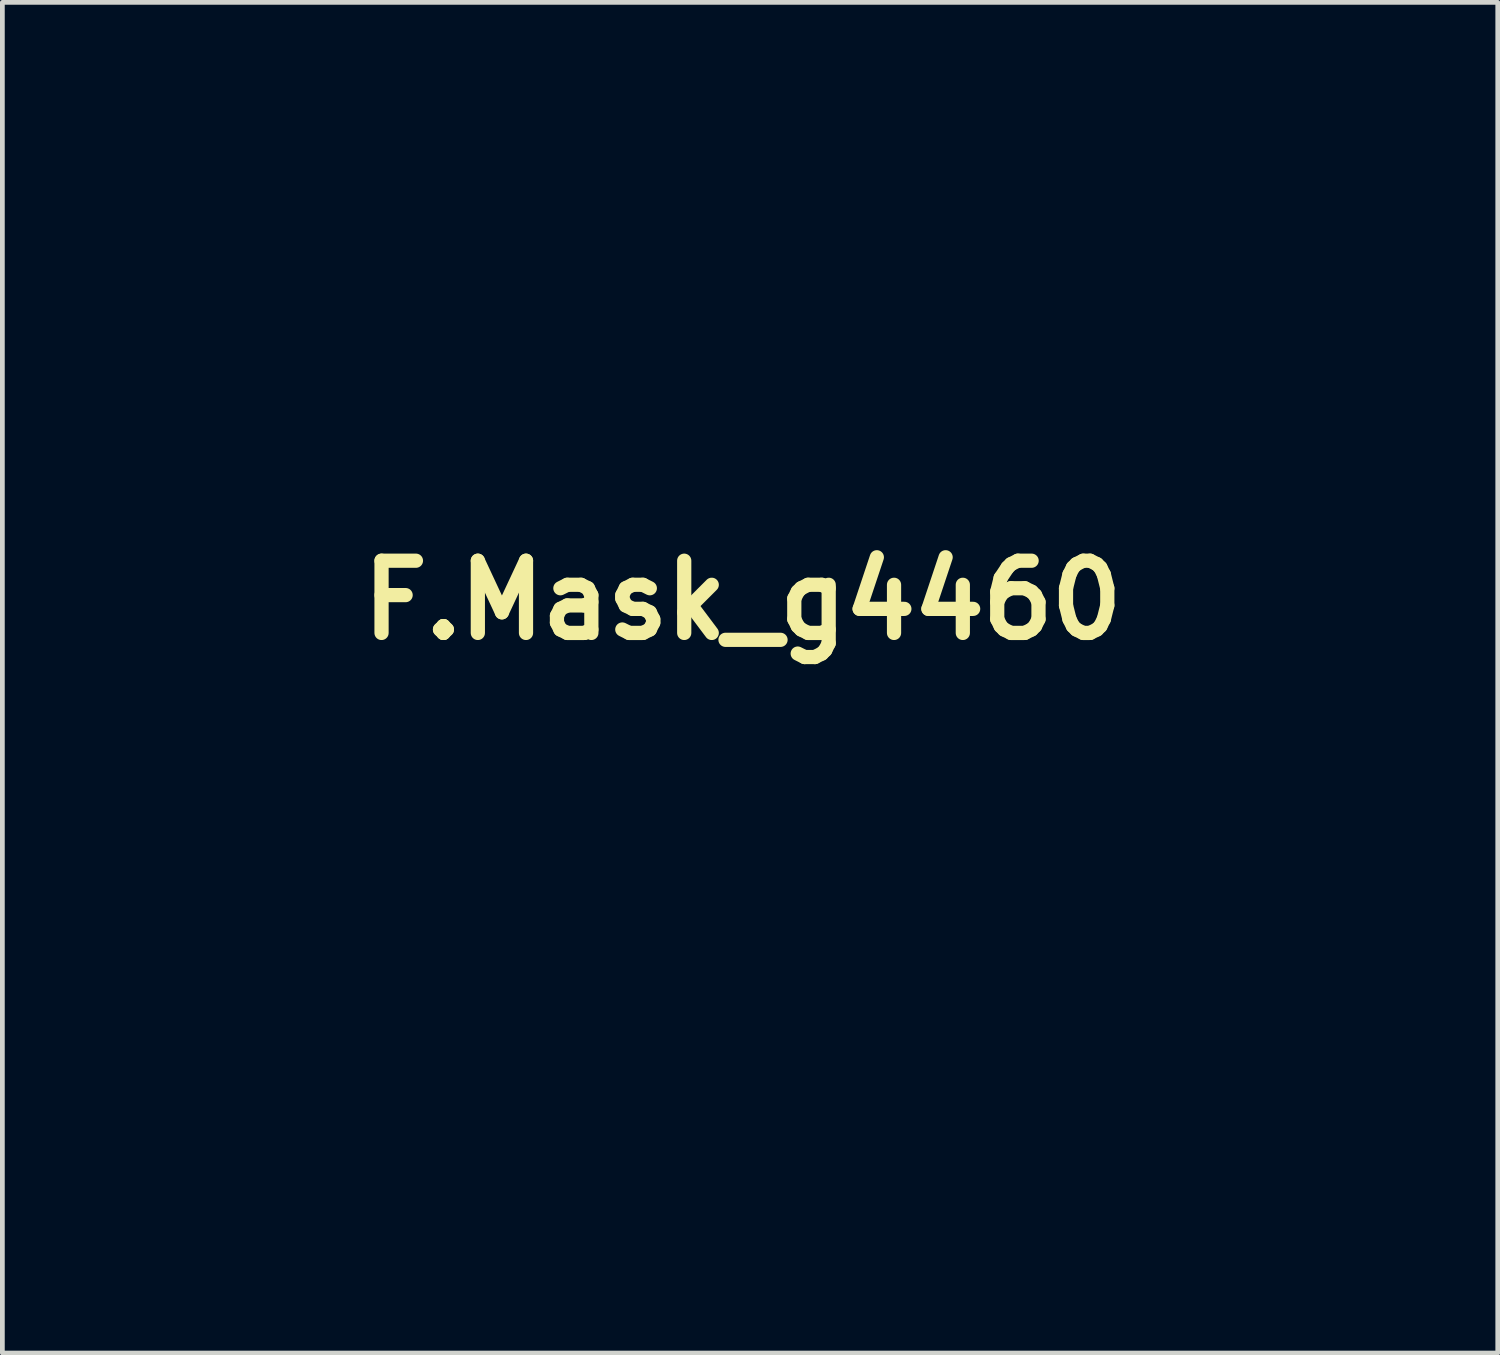
<source format=kicad_pcb>
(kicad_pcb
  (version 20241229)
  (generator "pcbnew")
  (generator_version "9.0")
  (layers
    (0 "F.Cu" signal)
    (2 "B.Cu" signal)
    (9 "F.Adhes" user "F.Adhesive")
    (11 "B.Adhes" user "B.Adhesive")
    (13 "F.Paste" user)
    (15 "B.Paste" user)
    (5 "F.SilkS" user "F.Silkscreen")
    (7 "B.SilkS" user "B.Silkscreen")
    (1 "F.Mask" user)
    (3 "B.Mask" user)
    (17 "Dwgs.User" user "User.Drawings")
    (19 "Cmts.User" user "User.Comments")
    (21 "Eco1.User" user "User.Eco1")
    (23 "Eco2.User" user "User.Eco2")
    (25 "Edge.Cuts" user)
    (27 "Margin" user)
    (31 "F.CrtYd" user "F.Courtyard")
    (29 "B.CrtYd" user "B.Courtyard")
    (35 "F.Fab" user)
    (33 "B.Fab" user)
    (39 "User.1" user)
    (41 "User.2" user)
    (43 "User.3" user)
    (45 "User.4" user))
  (footprint "F.Mask_g4460"
    (layer "F.Cu")
    (at 12.62 9.615)
    (property "Reference" "F.Mask_g4460" (at 0 0 0) (layer "F.SilkS") (effects (font (size 1.524 1.524) (thickness 0.3))))
    (attr through_hole)
    (fp_poly (pts (xy -0.09 -1.519) (xy -0.061 -1.508) (xy -0.049 -1.483) (xy -0.056 -1.441) (xy -0.082 -1.38) (xy -0.13 -1.295) (xy -0.201 -1.181) (xy -0.219 -1.155) (xy -0.313 -1.014) (xy -0.392 -0.905) (xy -0.455 -0.83) (xy -0.5 -0.79) (xy -0.518 -0.783) (xy -0.547 -0.798) (xy -0.591 -0.836) (xy -0.614 -0.861) (xy -0.655 -0.916) (xy -0.701 -0.991) (xy -0.747 -1.075) (xy -0.787 -1.158) (xy -0.815 -1.227) (xy -0.826 -1.271) (xy -0.811 -1.311) (xy -0.785 -1.342) (xy -0.736 -1.373) (xy -0.658 -1.405) (xy -0.562 -1.437) (xy -0.454 -1.466) (xy -0.345 -1.491) (xy -0.242 -1.509) (xy -0.154 -1.519) (xy -0.09 -1.519)) (stroke (width 0.01) (type solid)) (fill yes) (layer "F.Mask"))
    (fp_poly (pts (xy -6.71 -1.45) (xy -6.595 -1.438) (xy -6.442 -1.414) (xy -6.25 -1.379) (xy -6.163 -1.363) (xy -6.022 -1.333) (xy -5.919 -1.307) (xy -5.848 -1.282) (xy -5.806 -1.256) (xy -5.787 -1.227) (xy -5.787 -1.192) (xy -5.787 -1.189) (xy -5.807 -1.13) (xy -5.843 -1.048) (xy -5.89 -0.95) (xy -5.946 -0.844) (xy -6.006 -0.737) (xy -6.066 -0.635) (xy -6.121 -0.547) (xy -6.169 -0.478) (xy -6.205 -0.437) (xy -6.217 -0.429) (xy -6.242 -0.44) (xy -6.281 -0.478) (xy -6.312 -0.518) (xy -6.403 -0.649) (xy -6.491 -0.785) (xy -6.574 -0.92) (xy -6.65 -1.049) (xy -6.716 -1.169) (xy -6.768 -1.273) (xy -6.805 -1.357) (xy -6.823 -1.415) (xy -6.821 -1.442) (xy -6.786 -1.452) (xy -6.71 -1.45)) (stroke (width 0.01) (type solid)) (fill yes) (layer "F.Mask"))
    (fp_poly (pts (xy 2.445 -2.448) (xy 2.447 -2.42) (xy 2.444 -2.408) (xy 2.417 -2.34) (xy 2.373 -2.248) (xy 2.315 -2.138) (xy 2.246 -2.016) (xy 2.17 -1.887) (xy 2.09 -1.758) (xy 2.011 -1.633) (xy 1.935 -1.519) (xy 1.866 -1.421) (xy 1.808 -1.345) (xy 1.764 -1.297) (xy 1.745 -1.283) (xy 1.714 -1.293) (xy 1.672 -1.336) (xy 1.653 -1.362) (xy 1.619 -1.416) (xy 1.571 -1.497) (xy 1.515 -1.593) (xy 1.459 -1.694) (xy 1.328 -1.935) (xy 1.399 -1.996) (xy 1.453 -2.033) (xy 1.537 -2.082) (xy 1.642 -2.137) (xy 1.763 -2.196) (xy 1.891 -2.257) (xy 2.02 -2.314) (xy 2.142 -2.366) (xy 2.251 -2.409) (xy 2.339 -2.439) (xy 2.4 -2.454) (xy 2.412 -2.455) (xy 2.445 -2.448)) (stroke (width 0.01) (type solid)) (fill yes) (layer "F.Mask"))
    (fp_poly (pts (xy -3.423 -1.119) (xy -3.315 -1.117) (xy -3.232 -1.114) (xy -3.204 -1.112) (xy -3.115 -1.1) (xy -3.062 -1.085) (xy -3.048 -1.071) (xy -3.059 -1.045) (xy -3.089 -0.989) (xy -3.134 -0.909) (xy -3.191 -0.812) (xy -3.257 -0.702) (xy -3.328 -0.586) (xy -3.4 -0.469) (xy -3.469 -0.358) (xy -3.533 -0.259) (xy -3.587 -0.178) (xy -3.6 -0.159) (xy -3.673 -0.059) (xy -3.731 0.006) (xy -3.777 0.038) (xy -3.798 0.042) (xy -3.815 0.026) (xy -3.85 -0.017) (xy -3.9 -0.082) (xy -3.954 -0.153) (xy -4.056 -0.296) (xy -4.153 -0.441) (xy -4.242 -0.582) (xy -4.321 -0.714) (xy -4.385 -0.831) (xy -4.433 -0.929) (xy -4.461 -1.002) (xy -4.466 -1.034) (xy -4.449 -1.076) (xy -4.429 -1.091) (xy -4.396 -1.097) (xy -4.327 -1.102) (xy -4.23 -1.107) (xy -4.111 -1.111) (xy -3.976 -1.115) (xy -3.833 -1.117) (xy -3.689 -1.119) (xy -3.55 -1.12) (xy -3.423 -1.119)) (stroke (width 0.01) (type solid)) (fill yes) (layer "F.Mask"))
    (fp_poly (pts (xy 3.852 -5.788) (xy 3.928 -5.776) (xy 4.008 -5.761) (xy 4.14 -5.734) (xy 4.238 -5.708) (xy 4.308 -5.68) (xy 4.357 -5.646) (xy 4.391 -5.601) (xy 4.419 -5.543) (xy 4.425 -5.528) (xy 4.516 -5.323) (xy 4.625 -5.15) (xy 4.73 -5.029) (xy 4.877 -4.902) (xy 5.034 -4.81) (xy 5.207 -4.75) (xy 5.404 -4.72) (xy 5.546 -4.715) (xy 5.763 -4.734) (xy 5.968 -4.79) (xy 6.155 -4.879) (xy 6.32 -4.999) (xy 6.458 -5.147) (xy 6.558 -5.305) (xy 6.597 -5.379) (xy 6.635 -5.436) (xy 6.678 -5.478) (xy 6.732 -5.509) (xy 6.805 -5.532) (xy 6.903 -5.551) (xy 7.032 -5.567) (xy 7.128 -5.578) (xy 7.325 -5.599) (xy 7.516 -5.62) (xy 7.693 -5.64) (xy 7.85 -5.657) (xy 7.98 -5.672) (xy 8.077 -5.683) (xy 8.102 -5.686) (xy 8.166 -5.693) (xy 8.199 -5.69) (xy 8.211 -5.674) (xy 8.213 -5.642) (xy 8.201 -5.587) (xy 8.169 -5.506) (xy 8.12 -5.407) (xy 8.061 -5.297) (xy 7.993 -5.186) (xy 7.923 -5.081) (xy 7.864 -5.002) (xy 7.682 -4.797) (xy 7.481 -4.61) (xy 7.267 -4.445) (xy 7.047 -4.307) (xy 6.827 -4.2) (xy 6.612 -4.128) (xy 6.555 -4.115) (xy 6.482 -4.104) (xy 6.375 -4.095) (xy 6.244 -4.086) (xy 6.096 -4.08) (xy 5.942 -4.075) (xy 5.789 -4.072) (xy 5.647 -4.072) (xy 5.524 -4.074) (xy 5.428 -4.079) (xy 5.387 -4.083) (xy 5.19 -4.133) (xy 4.988 -4.219) (xy 4.786 -4.338) (xy 4.587 -4.486) (xy 4.397 -4.658) (xy 4.221 -4.849) (xy 4.061 -5.057) (xy 3.924 -5.276) (xy 3.813 -5.502) (xy 3.766 -5.626) (xy 3.744 -5.695) (xy 3.737 -5.737) (xy 3.745 -5.763) (xy 3.754 -5.774) (xy 3.773 -5.787) (xy 3.803 -5.791) (xy 3.852 -5.788)) (stroke (width 0.01) (type solid)) (fill yes) (layer "F.Mask"))
    (fp_poly (pts (xy 0.483 4.027) (xy 0.641 4.031) (xy 0.764 4.035) (xy 0.861 4.04) (xy 0.94 4.047) (xy 1.008 4.057) (xy 1.074 4.07) (xy 1.145 4.088) (xy 1.2 4.103) (xy 1.552 4.217) (xy 1.908 4.368) (xy 2.259 4.55) (xy 2.491 4.69) (xy 2.656 4.801) (xy 2.823 4.923) (xy 2.989 5.051) (xy 3.147 5.181) (xy 3.293 5.309) (xy 3.423 5.431) (xy 3.531 5.542) (xy 3.612 5.639) (xy 3.659 5.71) (xy 3.672 5.746) (xy 3.661 5.776) (xy 3.626 5.813) (xy 3.566 5.857) (xy 3.47 5.913) (xy 3.343 5.978) (xy 3.19 6.051) (xy 3.015 6.129) (xy 2.823 6.21) (xy 2.618 6.293) (xy 2.405 6.375) (xy 2.189 6.455) (xy 1.973 6.531) (xy 1.885 6.561) (xy 1.437 6.7) (xy 1.005 6.812) (xy 0.577 6.9) (xy 0.14 6.966) (xy -0.318 7.013) (xy -0.518 7.027) (xy -0.611 7.031) (xy -0.731 7.035) (xy -0.875 7.039) (xy -1.034 7.042) (xy -1.203 7.044) (xy -1.376 7.045) (xy -1.546 7.046) (xy -1.708 7.045) (xy -1.854 7.044) (xy -1.98 7.043) (xy -2.078 7.04) (xy -2.143 7.036) (xy -2.159 7.035) (xy -2.2 7.029) (xy -2.273 7.019) (xy -2.367 7.006) (xy -2.466 6.993) (xy -2.615 6.971) (xy -2.763 6.947) (xy -2.901 6.922) (xy -3.02 6.897) (xy -3.112 6.875) (xy -3.159 6.86) (xy -3.196 6.84) (xy -3.213 6.809) (xy -3.217 6.751) (xy -3.217 6.747) (xy -3.208 6.652) (xy -3.181 6.524) (xy -3.138 6.372) (xy -3.082 6.2) (xy -3.014 6.014) (xy -2.936 5.822) (xy -2.851 5.628) (xy -2.84 5.604) (xy -2.688 5.322) (xy -2.503 5.06) (xy -2.29 4.821) (xy -2.053 4.61) (xy -1.796 4.429) (xy -1.522 4.28) (xy -1.235 4.168) (xy -1.002 4.108) (xy -0.857 4.084) (xy -0.678 4.064) (xy -0.47 4.047) (xy -0.242 4.035) (xy 0.001 4.028) (xy 0.25 4.025) (xy 0.483 4.027)) (stroke (width 0.01) (type solid)) (fill yes) (layer "F.Mask"))
    (fp_poly (pts (xy 4.072 6.268) (xy 4.112 6.305) (xy 4.153 6.35) (xy 4.223 6.44) (xy 4.306 6.561) (xy 4.397 6.702) (xy 4.49 6.855) (xy 4.579 7.013) (xy 4.662 7.165) (xy 4.731 7.303) (xy 4.782 7.419) (xy 4.796 7.456) (xy 4.814 7.513) (xy 4.815 7.545) (xy 4.797 7.57) (xy 4.779 7.585) (xy 4.723 7.623) (xy 4.634 7.672) (xy 4.518 7.731) (xy 4.382 7.795) (xy 4.233 7.862) (xy 4.076 7.93) (xy 3.937 7.986) (xy 3.449 8.165) (xy 2.934 8.33) (xy 2.402 8.477) (xy 1.865 8.603) (xy 1.337 8.705) (xy 0.889 8.773) (xy 0.743 8.788) (xy 0.562 8.802) (xy 0.354 8.815) (xy 0.125 8.825) (xy -0.116 8.833) (xy -0.364 8.84) (xy -0.611 8.844) (xy -0.85 8.845) (xy -1.073 8.844) (xy -1.274 8.84) (xy -1.444 8.833) (xy -1.545 8.826) (xy -1.635 8.816) (xy -1.752 8.8) (xy -1.882 8.78) (xy -2.012 8.758) (xy -2.032 8.754) (xy -2.318 8.701) (xy -2.565 8.655) (xy -2.773 8.615) (xy -2.946 8.581) (xy -3.085 8.553) (xy -3.192 8.529) (xy -3.201 8.527) (xy -3.387 8.484) (xy -3.386 8.163) (xy -3.384 8.034) (xy -3.38 7.903) (xy -3.375 7.785) (xy -3.368 7.692) (xy -3.367 7.674) (xy -3.356 7.585) (xy -3.342 7.527) (xy -3.323 7.489) (xy -3.293 7.458) (xy -3.293 7.457) (xy -3.252 7.429) (xy -3.202 7.414) (xy -3.135 7.41) (xy -3.044 7.417) (xy -2.921 7.436) (xy -2.9 7.439) (xy -2.742 7.462) (xy -2.549 7.482) (xy -2.32 7.499) (xy -2.054 7.513) (xy -1.749 7.525) (xy -1.482 7.532) (xy -1.161 7.538) (xy -0.876 7.54) (xy -0.621 7.537) (xy -0.388 7.529) (xy -0.172 7.515) (xy 0.034 7.495) (xy 0.237 7.469) (xy 0.442 7.435) (xy 0.657 7.393) (xy 0.84 7.354) (xy 1.423 7.213) (xy 1.974 7.054) (xy 2.5 6.875) (xy 3.01 6.673) (xy 3.246 6.569) (xy 3.393 6.504) (xy 3.538 6.441) (xy 3.675 6.383) (xy 3.798 6.333) (xy 3.899 6.293) (xy 3.973 6.267) (xy 4.005 6.257) (xy 4.04 6.254) (xy 4.072 6.268)) (stroke (width 0.01) (type solid)) (fill yes) (layer "F.Mask"))
    (fp_poly (pts (xy 5.865 10.282) (xy 5.902 10.31) (xy 5.94 10.371) (xy 5.973 10.466) (xy 6.001 10.587) (xy 6.021 10.725) (xy 6.026 10.796) (xy 6.032 10.888) (xy 6.031 10.953) (xy 6.021 11.006) (xy 6.001 11.06) (xy 5.971 11.122) (xy 5.884 11.257) (xy 5.756 11.392) (xy 5.591 11.526) (xy 5.389 11.657) (xy 5.155 11.786) (xy 4.889 11.911) (xy 4.594 12.031) (xy 4.272 12.147) (xy 3.925 12.257) (xy 3.557 12.36) (xy 3.167 12.456) (xy 2.76 12.545) (xy 2.338 12.624) (xy 1.901 12.694) (xy 1.454 12.754) (xy 0.997 12.803) (xy 0.868 12.815) (xy 0.637 12.833) (xy 0.392 12.848) (xy 0.143 12.86) (xy -0.105 12.869) (xy -0.343 12.875) (xy -0.563 12.877) (xy -0.757 12.875) (xy -0.919 12.869) (xy -0.942 12.868) (xy -1.075 12.856) (xy -1.236 12.837) (xy -1.417 12.811) (xy -1.612 12.78) (xy -1.814 12.746) (xy -2.015 12.709) (xy -2.21 12.67) (xy -2.391 12.632) (xy -2.551 12.595) (xy -2.684 12.56) (xy -2.782 12.529) (xy -2.789 12.527) (xy -2.873 12.491) (xy -2.943 12.45) (xy -3.001 12.398) (xy -3.05 12.331) (xy -3.091 12.246) (xy -3.127 12.136) (xy -3.16 11.999) (xy -3.191 11.829) (xy -3.223 11.622) (xy -3.229 11.578) (xy -3.253 11.394) (xy -3.269 11.246) (xy -3.275 11.131) (xy -3.272 11.044) (xy -3.259 10.981) (xy -3.236 10.937) (xy -3.217 10.918) (xy -3.171 10.893) (xy -3.134 10.891) (xy -3.05 10.92) (xy -2.933 10.956) (xy -2.793 10.995) (xy -2.64 11.036) (xy -2.483 11.075) (xy -2.331 11.111) (xy -2.273 11.123) (xy -1.709 11.235) (xy -1.171 11.321) (xy -0.653 11.382) (xy -0.147 11.417) (xy 0.354 11.428) (xy 0.856 11.414) (xy 1.366 11.377) (xy 1.587 11.354) (xy 1.908 11.312) (xy 2.256 11.257) (xy 2.621 11.191) (xy 2.99 11.116) (xy 3.353 11.034) (xy 3.698 10.948) (xy 3.806 10.919) (xy 4.011 10.862) (xy 4.188 10.809) (xy 4.351 10.758) (xy 4.511 10.702) (xy 4.681 10.639) (xy 4.874 10.565) (xy 4.939 10.539) (xy 5.174 10.448) (xy 5.375 10.375) (xy 5.541 10.32) (xy 5.672 10.284) (xy 5.766 10.267) (xy 5.793 10.266) (xy 5.865 10.282)) (stroke (width 0.01) (type solid)) (fill yes) (layer "F.Mask"))
    (fp_poly (pts (xy 5.126 8.084) (xy 5.152 8.136) (xy 5.189 8.218) (xy 5.235 8.322) (xy 5.288 8.444) (xy 5.345 8.579) (xy 5.404 8.72) (xy 5.464 8.863) (xy 5.521 9.003) (xy 5.574 9.133) (xy 5.62 9.249) (xy 5.657 9.345) (xy 5.682 9.415) (xy 5.709 9.508) (xy 5.717 9.569) (xy 5.711 9.596) (xy 5.675 9.631) (xy 5.601 9.676) (xy 5.494 9.729) (xy 5.357 9.789) (xy 5.193 9.855) (xy 5.006 9.924) (xy 4.799 9.996) (xy 4.699 10.029) (xy 3.972 10.25) (xy 3.258 10.435) (xy 2.55 10.584) (xy 1.843 10.7) (xy 1.323 10.764) (xy 1.168 10.777) (xy 0.984 10.788) (xy 0.778 10.797) (xy 0.558 10.803) (xy 0.333 10.806) (xy 0.111 10.807) (xy -0.099 10.805) (xy -0.289 10.8) (xy -0.451 10.792) (xy -0.54 10.786) (xy -0.901 10.746) (xy -1.245 10.7) (xy -1.559 10.647) (xy -1.577 10.644) (xy -1.752 10.609) (xy -1.946 10.565) (xy -2.15 10.515) (xy -2.358 10.461) (xy -2.563 10.405) (xy -2.756 10.348) (xy -2.931 10.293) (xy -3.08 10.242) (xy -3.196 10.197) (xy -3.21 10.191) (xy -3.276 10.159) (xy -3.314 10.127) (xy -3.335 10.085) (xy -3.342 10.061) (xy -3.353 10.003) (xy -3.364 9.913) (xy -3.374 9.8) (xy -3.383 9.674) (xy -3.39 9.543) (xy -3.395 9.415) (xy -3.398 9.301) (xy -3.398 9.208) (xy -3.394 9.145) (xy -3.393 9.133) (xy -3.377 9.079) (xy -3.354 9.053) (xy -3.309 9.043) (xy -3.294 9.042) (xy -3.24 9.044) (xy -3.157 9.055) (xy -3.059 9.073) (xy -2.988 9.089) (xy -2.73 9.144) (xy -2.444 9.192) (xy -2.143 9.232) (xy -1.937 9.254) (xy -1.823 9.262) (xy -1.674 9.269) (xy -1.494 9.274) (xy -1.289 9.278) (xy -1.065 9.281) (xy -0.828 9.282) (xy -0.584 9.282) (xy -0.337 9.281) (xy -0.095 9.279) (xy 0.138 9.276) (xy 0.356 9.271) (xy 0.553 9.265) (xy 0.724 9.259) (xy 0.862 9.251) (xy 0.942 9.244) (xy 1.223 9.211) (xy 1.5 9.17) (xy 1.777 9.121) (xy 2.06 9.062) (xy 2.351 8.992) (xy 2.656 8.91) (xy 2.977 8.815) (xy 3.32 8.706) (xy 3.688 8.581) (xy 4.086 8.439) (xy 4.518 8.28) (xy 4.521 8.279) (xy 4.669 8.224) (xy 4.803 8.175) (xy 4.92 8.132) (xy 5.014 8.098) (xy 5.08 8.075) (xy 5.112 8.065) (xy 5.114 8.065) (xy 5.126 8.084)) (stroke (width 0.01) (type solid)) (fill yes) (layer "F.Mask"))
    (fp_poly (pts (xy 1.671 -8.729) (xy 1.805 -8.724) (xy 1.916 -8.713) (xy 2.012 -8.695) (xy 2.101 -8.668) (xy 2.194 -8.631) (xy 2.26 -8.601) (xy 2.371 -8.542) (xy 2.489 -8.467) (xy 2.609 -8.381) (xy 2.726 -8.29) (xy 2.834 -8.196) (xy 2.927 -8.106) (xy 3.001 -8.024) (xy 3.05 -7.954) (xy 3.069 -7.901) (xy 3.069 -7.899) (xy 3.062 -7.832) (xy 3.042 -7.736) (xy 3.009 -7.606) (xy 2.961 -7.442) (xy 2.913 -7.285) (xy 2.876 -7.166) (xy 2.842 -7.049) (xy 2.815 -6.946) (xy 2.797 -6.868) (xy 2.793 -6.851) (xy 2.775 -6.752) (xy 2.762 -6.687) (xy 2.751 -6.649) (xy 2.739 -6.631) (xy 2.723 -6.626) (xy 2.707 -6.625) (xy 2.671 -6.639) (xy 2.616 -6.675) (xy 2.551 -6.727) (xy 2.533 -6.743) (xy 2.358 -6.876) (xy 2.169 -6.971) (xy 1.964 -7.028) (xy 1.739 -7.048) (xy 1.725 -7.048) (xy 1.515 -7.034) (xy 1.33 -6.99) (xy 1.162 -6.912) (xy 1.003 -6.797) (xy 0.919 -6.719) (xy 0.782 -6.559) (xy 0.676 -6.38) (xy 0.601 -6.19) (xy 0.561 -5.995) (xy 0.556 -5.802) (xy 0.589 -5.617) (xy 0.592 -5.605) (xy 0.667 -5.429) (xy 0.778 -5.261) (xy 0.919 -5.108) (xy 1.083 -4.977) (xy 1.226 -4.894) (xy 1.301 -4.858) (xy 1.361 -4.835) (xy 1.422 -4.821) (xy 1.496 -4.813) (xy 1.598 -4.809) (xy 1.61 -4.808) (xy 1.805 -4.809) (xy 1.969 -4.83) (xy 2.113 -4.874) (xy 2.244 -4.944) (xy 2.374 -5.043) (xy 2.466 -5.131) (xy 2.572 -5.246) (xy 2.654 -5.353) (xy 2.72 -5.467) (xy 2.778 -5.601) (xy 2.816 -5.707) (xy 2.858 -5.823) (xy 2.897 -5.904) (xy 2.94 -5.952) (xy 2.993 -5.974) (xy 3.062 -5.974) (xy 3.156 -5.956) (xy 3.165 -5.954) (xy 3.283 -5.918) (xy 3.359 -5.872) (xy 3.395 -5.816) (xy 3.395 -5.763) (xy 3.375 -5.707) (xy 3.339 -5.624) (xy 3.29 -5.522) (xy 3.234 -5.412) (xy 3.174 -5.303) (xy 3.117 -5.203) (xy 3.073 -5.133) (xy 2.986 -5.015) (xy 2.874 -4.884) (xy 2.75 -4.752) (xy 2.622 -4.631) (xy 2.504 -4.531) (xy 2.498 -4.527) (xy 2.388 -4.452) (xy 2.256 -4.374) (xy 2.118 -4.302) (xy 1.984 -4.243) (xy 1.87 -4.202) (xy 1.863 -4.199) (xy 1.782 -4.184) (xy 1.67 -4.171) (xy 1.536 -4.162) (xy 1.389 -4.157) (xy 1.24 -4.155) (xy 1.097 -4.157) (xy 0.971 -4.163) (xy 0.869 -4.173) (xy 0.816 -4.183) (xy 0.682 -4.23) (xy 0.547 -4.298) (xy 0.407 -4.391) (xy 0.255 -4.512) (xy 0.087 -4.666) (xy 0.077 -4.676) (xy -0.104 -4.86) (xy -0.252 -5.033) (xy -0.369 -5.202) (xy -0.461 -5.376) (xy -0.531 -5.563) (xy -0.582 -5.771) (xy -0.618 -6.007) (xy -0.636 -6.177) (xy -0.644 -6.343) (xy -0.645 -6.518) (xy -0.636 -6.694) (xy -0.621 -6.859) (xy -0.599 -7.003) (xy -0.57 -7.115) (xy -0.57 -7.117) (xy -0.525 -7.234) (xy -0.461 -7.373) (xy -0.386 -7.522) (xy -0.305 -7.671) (xy -0.224 -7.806) (xy -0.197 -7.848) (xy -0.019 -8.085) (xy 0.176 -8.284) (xy 0.39 -8.446) (xy 0.625 -8.573) (xy 0.882 -8.666) (xy 0.945 -8.683) (xy 1.024 -8.701) (xy 1.101 -8.714) (xy 1.184 -8.722) (xy 1.284 -8.727) (xy 1.41 -8.73) (xy 1.503 -8.73) (xy 1.671 -8.729)) (stroke (width 0.01) (type solid)) (fill yes) (layer "F.Mask"))
    (fp_poly (pts (xy 4.182 -3.074) (xy 4.16 -2.653) (xy 4.125 -2.254) (xy 4.08 -1.881) (xy 4.024 -1.54) (xy 3.958 -1.234) (xy 3.937 -1.151) (xy 3.842 -0.834) (xy 3.732 -0.551) (xy 3.603 -0.291) (xy 3.449 -0.047) (xy 3.266 0.191) (xy 3.059 0.42) (xy 2.814 0.658) (xy 2.566 0.867) (xy 2.311 1.049) (xy 2.042 1.205) (xy 1.756 1.34) (xy 1.447 1.454) (xy 1.111 1.551) (xy 0.742 1.633) (xy 0.459 1.683) (xy 0.193 1.72) (xy -0.093 1.75) (xy -0.387 1.772) (xy -0.68 1.786) (xy -0.961 1.791) (xy -1.219 1.786) (xy -1.386 1.777) (xy -1.768 1.735) (xy -2.157 1.669) (xy -2.558 1.576) (xy -2.974 1.456) (xy -3.409 1.308) (xy -3.866 1.131) (xy -4.2 0.99) (xy -4.341 0.928) (xy -4.464 0.872) (xy -4.573 0.819) (xy -4.673 0.767) (xy -4.769 0.711) (xy -4.863 0.65) (xy -4.962 0.579) (xy -5.07 0.496) (xy -5.191 0.398) (xy -5.33 0.281) (xy -5.491 0.143) (xy -5.678 -0.019) (xy -5.703 -0.041) (xy -5.775 -0.105) (xy -5.834 -0.159) (xy -5.872 -0.198) (xy -5.884 -0.214) (xy -5.873 -0.238) (xy -5.843 -0.286) (xy -5.8 -0.35) (xy -5.79 -0.364) (xy -5.746 -0.427) (xy -5.684 -0.516) (xy -5.611 -0.621) (xy -5.533 -0.734) (xy -5.482 -0.809) (xy -5.392 -0.937) (xy -5.319 -1.034) (xy -5.258 -1.104) (xy -5.203 -1.154) (xy -5.148 -1.187) (xy -5.088 -1.209) (xy -5.024 -1.223) (xy -4.923 -1.236) (xy -4.847 -1.232) (xy -4.788 -1.206) (xy -4.738 -1.151) (xy -4.688 -1.064) (xy -4.656 -0.995) (xy -4.573 -0.823) (xy -4.475 -0.639) (xy -4.367 -0.453) (xy -4.254 -0.272) (xy -4.141 -0.105) (xy -4.034 0.04) (xy -3.938 0.155) (xy -3.934 0.159) (xy -3.835 0.253) (xy -3.738 0.326) (xy -3.648 0.373) (xy -3.571 0.392) (xy -3.523 0.385) (xy -3.475 0.348) (xy -3.409 0.275) (xy -3.329 0.17) (xy -3.236 0.035) (xy -3.133 -0.128) (xy -3.019 -0.315) (xy -2.899 -0.525) (xy -2.773 -0.751) (xy -2.715 -0.858) (xy -2.662 -0.952) (xy -2.618 -1.028) (xy -2.588 -1.078) (xy -2.576 -1.095) (xy -2.549 -1.105) (xy -2.486 -1.121) (xy -2.393 -1.14) (xy -2.276 -1.163) (xy -2.141 -1.187) (xy -2.027 -1.207) (xy -1.872 -1.233) (xy -1.722 -1.259) (xy -1.584 -1.284) (xy -1.466 -1.307) (xy -1.377 -1.326) (xy -1.341 -1.334) (xy -1.259 -1.354) (xy -1.191 -1.369) (xy -1.148 -1.376) (xy -1.144 -1.376) (xy -1.117 -1.357) (xy -1.074 -1.302) (xy -1.019 -1.214) (xy -0.987 -1.158) (xy -0.822 -0.889) (xy -0.645 -0.655) (xy -0.543 -0.54) (xy -0.468 -0.468) (xy -0.406 -0.428) (xy -0.349 -0.423) (xy -0.289 -0.451) (xy -0.218 -0.514) (xy -0.177 -0.557) (xy -0.138 -0.6) (xy -0.103 -0.639) (xy -0.07 -0.679) (xy -0.035 -0.725) (xy 0.006 -0.783) (xy 0.056 -0.856) (xy 0.119 -0.95) (xy 0.197 -1.069) (xy 0.295 -1.219) (xy 0.303 -1.23) (xy 0.379 -1.343) (xy 0.457 -1.455) (xy 0.531 -1.554) (xy 0.594 -1.633) (xy 0.623 -1.667) (xy 0.674 -1.717) (xy 0.741 -1.776) (xy 0.816 -1.839) (xy 0.893 -1.898) (xy 0.964 -1.95) (xy 1.021 -1.988) (xy 1.058 -2.008) (xy 1.068 -2.008) (xy 1.08 -1.986) (xy 1.105 -1.939) (xy 1.122 -1.905) (xy 1.172 -1.813) (xy 1.242 -1.699) (xy 1.325 -1.572) (xy 1.413 -1.444) (xy 1.501 -1.324) (xy 1.527 -1.289) (xy 1.629 -1.174) (xy 1.731 -1.087) (xy 1.83 -1.034) (xy 1.915 -1.016) (xy 1.978 -1.024) (xy 2.041 -1.05) (xy 2.106 -1.096) (xy 2.176 -1.164) (xy 2.252 -1.258) (xy 2.336 -1.379) (xy 2.43 -1.53) (xy 2.536 -1.714) (xy 2.656 -1.933) (xy 2.732 -2.074) (xy 2.833 -2.264) (xy 2.918 -2.42) (xy 2.989 -2.548) (xy 3.05 -2.651) (xy 3.104 -2.735) (xy 3.152 -2.804) (xy 3.189 -2.852) (xy 3.25 -2.913) (xy 3.342 -2.987) (xy 3.456 -3.069) (xy 3.583 -3.153) (xy 3.717 -3.234) (xy 3.848 -3.308) (xy 3.969 -3.369) (xy 4.072 -3.411) (xy 4.1 -3.421) (xy 4.197 -3.45) (xy 4.182 -3.074)) (stroke (width 0.01) (type solid)) (fill yes) (layer "F.Mask"))
    (fp_poly (pts (xy 6.335 -9.606) (xy 6.525 -9.596) (xy 6.693 -9.576) (xy 6.848 -9.547) (xy 6.999 -9.507) (xy 7.05 -9.491) (xy 7.357 -9.372) (xy 7.662 -9.214) (xy 7.962 -9.02) (xy 8.253 -8.793) (xy 8.532 -8.536) (xy 8.794 -8.253) (xy 9.037 -7.946) (xy 9.257 -7.619) (xy 9.286 -7.571) (xy 9.386 -7.4) (xy 9.479 -7.231) (xy 9.568 -7.057) (xy 9.655 -6.873) (xy 9.743 -6.673) (xy 9.836 -6.449) (xy 9.936 -6.196) (xy 10.023 -5.969) (xy 10.08 -5.818) (xy 10.136 -5.67) (xy 10.189 -5.533) (xy 10.234 -5.414) (xy 10.27 -5.322) (xy 10.288 -5.276) (xy 10.357 -5.101) (xy 10.7 -5.101) (xy 10.861 -5.099) (xy 10.985 -5.093) (xy 11.075 -5.083) (xy 11.136 -5.066) (xy 11.172 -5.044) (xy 11.185 -5.024) (xy 11.186 -4.987) (xy 11.166 -4.936) (xy 11.122 -4.867) (xy 11.052 -4.779) (xy 10.955 -4.668) (xy 10.829 -4.532) (xy 10.74 -4.437) (xy 10.663 -4.352) (xy 10.601 -4.282) (xy 10.559 -4.232) (xy 10.541 -4.206) (xy 10.541 -4.204) (xy 10.546 -4.173) (xy 10.56 -4.109) (xy 10.58 -4.022) (xy 10.605 -3.919) (xy 10.633 -3.809) (xy 10.661 -3.7) (xy 10.687 -3.602) (xy 10.71 -3.521) (xy 10.726 -3.466) (xy 10.733 -3.448) (xy 10.745 -3.439) (xy 10.772 -3.434) (xy 10.819 -3.435) (xy 10.891 -3.442) (xy 10.993 -3.455) (xy 11.13 -3.474) (xy 11.159 -3.478) (xy 11.288 -3.496) (xy 11.404 -3.512) (xy 11.5 -3.524) (xy 11.569 -3.532) (xy 11.604 -3.536) (xy 11.606 -3.536) (xy 11.66 -3.516) (xy 11.708 -3.467) (xy 11.74 -3.402) (xy 11.748 -3.357) (xy 11.744 -3.323) (xy 11.731 -3.285) (xy 11.705 -3.241) (xy 11.664 -3.188) (xy 11.605 -3.12) (xy 11.525 -3.036) (xy 11.42 -2.932) (xy 11.287 -2.803) (xy 11.245 -2.762) (xy 10.916 -2.444) (xy 10.952 -2.191) (xy 10.976 -2.027) (xy 10.999 -1.873) (xy 11.022 -1.735) (xy 11.042 -1.617) (xy 11.06 -1.525) (xy 11.074 -1.465) (xy 11.082 -1.442) (xy 11.113 -1.433) (xy 11.179 -1.43) (xy 11.27 -1.433) (xy 11.38 -1.44) (xy 11.501 -1.451) (xy 11.625 -1.466) (xy 11.705 -1.478) (xy 11.91 -1.509) (xy 12.078 -1.529) (xy 12.212 -1.538) (xy 12.317 -1.535) (xy 12.397 -1.521) (xy 12.454 -1.496) (xy 12.494 -1.46) (xy 12.5 -1.451) (xy 12.521 -1.413) (xy 12.519 -1.378) (xy 12.498 -1.332) (xy 12.46 -1.277) (xy 12.393 -1.199) (xy 12.3 -1.103) (xy 12.185 -0.992) (xy 12.052 -0.87) (xy 11.905 -0.74) (xy 11.748 -0.606) (xy 11.747 -0.605) (xy 11.605 -0.486) (xy 11.492 -0.391) (xy 11.405 -0.315) (xy 11.341 -0.256) (xy 11.295 -0.21) (xy 11.266 -0.173) (xy 11.249 -0.142) (xy 11.242 -0.114) (xy 11.24 -0.084) (xy 11.239 -0.08) (xy 11.256 0.037) (xy 11.305 0.127) (xy 11.385 0.189) (xy 11.433 0.209) (xy 11.514 0.237) (xy 11.618 0.269) (xy 11.737 0.304) (xy 11.825 0.329) (xy 11.977 0.372) (xy 12.151 0.423) (xy 12.328 0.477) (xy 12.49 0.529) (xy 12.541 0.546) (xy 12.9 0.667) (xy 12.919 0.762) (xy 12.926 0.837) (xy 12.925 0.948) (xy 12.918 1.09) (xy 12.905 1.258) (xy 12.886 1.446) (xy 12.862 1.648) (xy 12.833 1.86) (xy 12.801 2.076) (xy 12.765 2.291) (xy 12.729 2.487) (xy 12.693 2.664) (xy 12.647 2.866) (xy 12.594 3.084) (xy 12.536 3.311) (xy 12.476 3.538) (xy 12.415 3.756) (xy 12.356 3.958) (xy 12.301 4.135) (xy 12.252 4.278) (xy 12.21 4.397) (xy 11.92 4.252) (xy 11.815 4.201) (xy 11.717 4.156) (xy 11.637 4.123) (xy 11.582 4.104) (xy 11.568 4.101) (xy 11.504 4.096) (xy 11.505 4.371) (xy 11.507 4.503) (xy 11.512 4.648) (xy 11.518 4.785) (xy 11.523 4.874) (xy 11.54 5.102) (xy 11.62 5.143) (xy 11.688 5.183) (xy 11.751 5.228) (xy 11.798 5.27) (xy 11.821 5.303) (xy 11.821 5.314) (xy 11.794 5.319) (xy 11.738 5.305) (xy 11.66 5.274) (xy 11.566 5.228) (xy 11.529 5.207) (xy 11.409 5.139) (xy 11.408 4.723) (xy 11.406 4.582) (xy 11.403 4.444) (xy 11.399 4.318) (xy 11.394 4.215) (xy 11.389 4.149) (xy 11.383 4.07) (xy 11.382 4.008) (xy 11.387 3.975) (xy 11.388 3.973) (xy 11.419 3.967) (xy 11.485 3.978) (xy 11.581 4.006) (xy 11.704 4.049) (xy 11.848 4.106) (xy 11.868 4.114) (xy 11.963 4.152) (xy 12.045 4.183) (xy 12.106 4.204) (xy 12.137 4.212) (xy 12.153 4.202) (xy 12.172 4.169) (xy 12.196 4.112) (xy 12.226 4.025) (xy 12.262 3.908) (xy 12.307 3.757) (xy 12.359 3.568) (xy 12.382 3.486) (xy 12.543 2.842) (xy 12.672 2.201) (xy 12.771 1.546) (xy 12.783 1.45) (xy 12.804 1.273) (xy 12.82 1.132) (xy 12.831 1.024) (xy 12.837 0.943) (xy 12.838 0.884) (xy 12.834 0.842) (xy 12.826 0.812) (xy 12.813 0.79) (xy 12.8 0.774) (xy 12.764 0.746) (xy 12.701 0.713) (xy 12.61 0.676) (xy 12.488 0.632) (xy 12.332 0.581) (xy 12.141 0.523) (xy 11.911 0.456) (xy 11.864 0.443) (xy 11.727 0.403) (xy 11.598 0.364) (xy 11.484 0.327) (xy 11.394 0.297) (xy 11.335 0.274) (xy 11.325 0.269) (xy 11.238 0.21) (xy 11.18 0.129) (xy 11.147 0.02) (xy 11.14 -0.04) (xy 11.135 -0.108) (xy 11.139 -0.154) (xy 11.159 -0.194) (xy 11.2 -0.243) (xy 11.221 -0.266) (xy 11.265 -0.309) (xy 11.335 -0.374) (xy 11.425 -0.455) (xy 11.53 -0.545) (xy 11.642 -0.64) (xy 11.683 -0.675) (xy 11.886 -0.847) (xy 12.054 -0.996) (xy 12.188 -1.121) (xy 12.287 -1.223) (xy 12.352 -1.302) (xy 12.374 -1.338) (xy 12.395 -1.384) (xy 12.395 -1.41) (xy 12.372 -1.432) (xy 12.369 -1.433) (xy 12.352 -1.444) (xy 12.328 -1.45) (xy 12.295 -1.453) (xy 12.246 -1.451) (xy 12.177 -1.444) (xy 12.083 -1.432) (xy 11.96 -1.414) (xy 11.803 -1.39) (xy 11.696 -1.373) (xy 11.508 -1.344) (xy 11.357 -1.324) (xy 11.24 -1.312) (xy 11.151 -1.307) (xy 11.088 -1.31) (xy 11.045 -1.321) (xy 11.019 -1.338) (xy 11.016 -1.342) (xy 10.996 -1.383) (xy 10.974 -1.453) (xy 10.951 -1.554) (xy 10.925 -1.69) (xy 10.896 -1.862) (xy 10.863 -2.074) (xy 10.862 -2.078) (xy 10.804 -2.474) (xy 11.172 -2.828) (xy 11.313 -2.965) (xy 11.425 -3.077) (xy 11.51 -3.167) (xy 11.57 -3.237) (xy 11.609 -3.292) (xy 11.629 -3.333) (xy 11.632 -3.364) (xy 11.629 -3.373) (xy 11.618 -3.391) (xy 11.597 -3.404) (xy 11.561 -3.41) (xy 11.507 -3.411) (xy 11.429 -3.406) (xy 11.322 -3.394) (xy 11.183 -3.376) (xy 11.028 -3.355) (xy 10.911 -3.339) (xy 10.808 -3.328) (xy 10.727 -3.322) (xy 10.675 -3.321) (xy 10.66 -3.324) (xy 10.648 -3.35) (xy 10.63 -3.41) (xy 10.606 -3.496) (xy 10.579 -3.599) (xy 10.551 -3.711) (xy 10.524 -3.825) (xy 10.5 -3.933) (xy 10.48 -4.027) (xy 10.467 -4.098) (xy 10.465 -4.117) (xy 10.459 -4.177) (xy 10.465 -4.22) (xy 10.486 -4.263) (xy 10.528 -4.32) (xy 10.54 -4.335) (xy 10.597 -4.405) (xy 10.67 -4.489) (xy 10.745 -4.572) (xy 10.76 -4.589) (xy 10.869 -4.707) (xy 10.952 -4.799) (xy 11.011 -4.867) (xy 11.049 -4.916) (xy 11.07 -4.95) (xy 11.075 -4.971) (xy 11.07 -4.983) (xy 11.04 -4.992) (xy 10.973 -5.001) (xy 10.875 -5.009) (xy 10.75 -5.015) (xy 10.7 -5.017) (xy 10.571 -5.021) (xy 10.477 -5.025) (xy 10.412 -5.031) (xy 10.367 -5.039) (xy 10.337 -5.05) (xy 10.314 -5.066) (xy 10.3 -5.078) (xy 10.278 -5.103) (xy 10.253 -5.14) (xy 10.225 -5.193) (xy 10.191 -5.265) (xy 10.151 -5.361) (xy 10.101 -5.483) (xy 10.042 -5.636) (xy 9.971 -5.822) (xy 9.928 -5.937) (xy 9.788 -6.3) (xy 9.653 -6.626) (xy 9.522 -6.919) (xy 9.392 -7.184) (xy 9.26 -7.426) (xy 9.123 -7.649) (xy 8.979 -7.857) (xy 8.825 -8.055) (xy 8.659 -8.247) (xy 8.477 -8.438) (xy 8.427 -8.488) (xy 8.215 -8.689) (xy 8.018 -8.859) (xy 7.828 -9.002) (xy 7.638 -9.122) (xy 7.441 -9.225) (xy 7.229 -9.315) (xy 7.097 -9.364) (xy 6.919 -9.421) (xy 6.758 -9.462) (xy 6.598 -9.489) (xy 6.424 -9.505) (xy 6.261 -9.512) (xy 5.899 -9.511) (xy 5.566 -9.484) (xy 5.256 -9.429) (xy 4.964 -9.345) (xy 4.684 -9.229) (xy 4.413 -9.079) (xy 4.143 -8.893) (xy 3.871 -8.67) (xy 3.719 -8.531) (xy 3.49 -8.316) (xy 3.167 -8.629) (xy 2.988 -8.8) (xy 2.829 -8.943) (xy 2.687 -9.06) (xy 2.553 -9.155) (xy 2.424 -9.233) (xy 2.293 -9.296) (xy 2.153 -9.349) (xy 2 -9.395) (xy 1.905 -9.419) (xy 1.758 -9.447) (xy 1.585 -9.467) (xy 1.401 -9.478) (xy 1.219 -9.479) (xy 1.057 -9.471) (xy 0.993 -9.463) (xy 0.711 -9.408) (xy 0.434 -9.325) (xy 0.173 -9.219) (xy -0.063 -9.092) (xy -0.166 -9.023) (xy -0.358 -8.866) (xy -0.548 -8.675) (xy -0.731 -8.454) (xy -0.901 -8.213) (xy -1.053 -7.956) (xy -1.182 -7.692) (xy -1.197 -7.658) (xy -1.248 -7.535) (xy -1.288 -7.43) (xy -1.32 -7.334) (xy -1.343 -7.241) (xy -1.36 -7.144) (xy -1.371 -7.034) (xy -1.378 -6.906) (xy -1.382 -6.751) (xy -1.384 -6.562) (xy -1.384 -6.519) (xy -1.384 -6.316) (xy -1.382 -6.15) (xy -1.378 -6.017) (xy -1.372 -5.911) (xy -1.364 -5.829) (xy -1.356 -5.782) (xy -1.34 -5.693) (xy -1.337 -5.631) (xy -1.352 -5.591) (xy -1.391 -5.566) (xy -1.459 -5.552) (xy -1.563 -5.542) (xy -1.6 -5.539) (xy -1.708 -5.533) (xy -1.854 -5.529) (xy -2.034 -5.527) (xy -2.244 -5.526) (xy -2.48 -5.526) (xy -2.738 -5.528) (xy -3.013 -5.531) (xy -3.302 -5.535) (xy -3.6 -5.54) (xy -3.904 -5.546) (xy -4.209 -5.553) (xy -4.511 -5.561) (xy -4.806 -5.569) (xy -5.09 -5.579) (xy -5.359 -5.588) (xy -5.608 -5.598) (xy -5.834 -5.608) (xy -6.033 -5.619) (xy -6.199 -5.63) (xy -6.331 -5.64) (xy -6.353 -5.643) (xy -6.473 -5.655) (xy -6.487 -5.807) (xy -6.518 -6.083) (xy -6.558 -6.325) (xy -6.608 -6.539) (xy -6.67 -6.734) (xy -6.745 -6.916) (xy -6.768 -6.963) (xy -6.876 -7.149) (xy -7.003 -7.303) (xy -7.143 -7.425) (xy -7.295 -7.51) (xy -7.454 -7.559) (xy -7.619 -7.568) (xy -7.696 -7.558) (xy -7.801 -7.532) (xy -7.901 -7.491) (xy -8.001 -7.432) (xy -8.107 -7.35) (xy -8.227 -7.241) (xy -8.33 -7.139) (xy -8.414 -7.054) (xy -8.488 -6.981) (xy -8.547 -6.924) (xy -8.586 -6.889) (xy -8.6 -6.879) (xy -8.617 -6.896) (xy -8.651 -6.94) (xy -8.695 -7.004) (xy -8.713 -7.032) (xy -8.855 -7.219) (xy -9.017 -7.371) (xy -9.198 -7.485) (xy -9.204 -7.488) (xy -9.281 -7.525) (xy -9.344 -7.548) (xy -9.408 -7.562) (xy -9.486 -7.57) (xy -9.578 -7.574) (xy -9.717 -7.574) (xy -9.826 -7.56) (xy -9.92 -7.527) (xy -10.009 -7.47) (xy -10.107 -7.386) (xy -10.11 -7.383) (xy -10.283 -7.191) (xy -10.429 -6.969) (xy -10.546 -6.723) (xy -10.632 -6.457) (xy -10.685 -6.174) (xy -10.706 -5.878) (xy -10.701 -5.694) (xy -10.656 -5.27) (xy -10.575 -4.858) (xy -10.459 -4.461) (xy -10.31 -4.081) (xy -10.129 -3.722) (xy -9.918 -3.386) (xy -9.678 -3.078) (xy -9.431 -2.82) (xy -9.265 -2.671) (xy -9.089 -2.53) (xy -8.896 -2.393) (xy -8.682 -2.257) (xy -8.44 -2.116) (xy -8.166 -1.969) (xy -8.051 -1.91) (xy -7.688 -1.726) (xy -7.364 -1.186) (xy -7.239 -0.978) (xy -7.114 -0.773) (xy -6.992 -0.575) (xy -6.875 -0.387) (xy -6.766 -0.215) (xy -6.668 -0.062) (xy -6.583 0.068) (xy -6.514 0.17) (xy -6.464 0.24) (xy -6.461 0.243) (xy -6.413 0.3) (xy -6.37 0.341) (xy -6.345 0.356) (xy -6.314 0.344) (xy -6.261 0.306) (xy -6.19 0.247) (xy -6.14 0.2) (xy -5.97 0.038) (xy -5.909 0.088) (xy -5.687 0.268) (xy -5.498 0.425) (xy -5.343 0.557) (xy -5.221 0.665) (xy -5.13 0.751) (xy -5.072 0.813) (xy -5.047 0.848) (xy -5.018 0.942) (xy -5.022 1.039) (xy -5.054 1.126) (xy -5.112 1.194) (xy -5.157 1.22) (xy -5.222 1.238) (xy -5.324 1.253) (xy -5.453 1.266) (xy -5.603 1.276) (xy -5.768 1.282) (xy -5.94 1.284) (xy -6.112 1.283) (xy -6.277 1.276) (xy -6.326 1.274) (xy -6.625 1.249) (xy -6.89 1.215) (xy -7.131 1.17) (xy -7.357 1.11) (xy -7.576 1.034) (xy -7.798 0.941) (xy -7.88 0.902) (xy -8.074 0.803) (xy -8.253 0.698) (xy -8.421 0.583) (xy -8.584 0.454) (xy -8.747 0.306) (xy -8.914 0.136) (xy -9.09 -0.062) (xy -9.281 -0.291) (xy -9.345 -0.37) (xy -9.44 -0.49) (xy -9.513 -0.58) (xy -9.568 -0.644) (xy -9.608 -0.684) (xy -9.639 -0.703) (xy -9.663 -0.705) (xy -9.686 -0.693) (xy -9.712 -0.67) (xy -9.729 -0.654) (xy -9.793 -0.575) (xy -9.859 -0.463) (xy -9.921 -0.332) (xy -9.976 -0.189) (xy -10.019 -0.047) (xy -10.046 0.084) (xy -10.055 0.178) (xy -10.051 0.233) (xy -10.041 0.318) (xy -10.026 0.42) (xy -10.008 0.523) (xy -9.987 0.647) (xy -9.978 0.743) (xy -9.984 0.814) (xy -10.01 0.865) (xy -10.06 0.898) (xy -10.137 0.918) (xy -10.247 0.928) (xy -10.393 0.931) (xy -10.477 0.931) (xy -10.672 0.933) (xy -10.875 0.939) (xy -11.082 0.948) (xy -11.288 0.959) (xy -11.486 0.973) (xy -11.672 0.988) (xy -11.84 1.005) (xy -11.984 1.023) (xy -12.099 1.041) (xy -12.179 1.06) (xy -12.203 1.068) (xy -12.258 1.103) (xy -12.275 1.148) (xy -12.256 1.209) (xy -12.221 1.261) (xy -12.139 1.345) (xy -12.02 1.432) (xy -11.867 1.522) (xy -11.686 1.612) (xy -11.479 1.699) (xy -11.253 1.781) (xy -11.202 1.798) (xy -10.894 1.897) (xy -11.548 2.254) (xy -11.774 2.377) (xy -11.964 2.483) (xy -12.122 2.572) (xy -12.249 2.646) (xy -12.348 2.708) (xy -12.421 2.757) (xy -12.472 2.796) (xy -12.502 2.825) (xy -12.51 2.837) (xy -12.521 2.893) (xy -12.49 2.944) (xy -12.438 2.98) (xy -12.416 2.99) (xy -12.386 2.998) (xy -12.343 3.005) (xy -12.283 3.01) (xy -12.203 3.014) (xy -12.096 3.018) (xy -11.96 3.021) (xy -11.789 3.025) (xy -11.636 3.027) (xy -10.899 3.037) (xy -11.144 3.387) (xy -11.258 3.552) (xy -11.347 3.686) (xy -11.413 3.793) (xy -11.457 3.876) (xy -11.48 3.937) (xy -11.485 3.979) (xy -11.479 3.998) (xy -11.444 4.019) (xy -11.378 4.033) (xy -11.291 4.04) (xy -11.193 4.038) (xy -11.096 4.028) (xy -11.01 4.01) (xy -10.916 3.977) (xy -10.803 3.926) (xy -10.683 3.865) (xy -10.57 3.802) (xy -10.48 3.743) (xy -10.46 3.728) (xy -10.389 3.678) (xy -10.311 3.63) (xy -10.291 3.619) (xy -10.199 3.571) (xy -10.047 3.68) (xy -9.801 3.853) (xy -9.577 4) (xy -9.367 4.127) (xy -9.164 4.239) (xy -9.049 4.297) (xy -8.709 4.454) (xy -8.376 4.587) (xy -8.037 4.7) (xy -7.679 4.798) (xy -7.371 4.869) (xy -7.201 4.906) (xy -7.069 4.936) (xy -6.969 4.961) (xy -6.896 4.983) (xy -6.845 5.002) (xy -6.813 5.021) (xy -6.795 5.042) (xy -6.789 5.051) (xy -6.784 5.076) (xy -6.785 5.117) (xy -6.794 5.179) (xy -6.81 5.267) (xy -6.834 5.385) (xy -6.868 5.538) (xy -6.888 5.627) (xy -6.968 5.986) (xy -7.036 6.311) (xy -7.092 6.609) (xy -7.137 6.884) (xy -7.173 7.143) (xy -7.2 7.392) (xy -7.218 7.638) (xy -7.23 7.885) (xy -7.233 7.98) (xy -7.236 8.165) (xy -7.237 8.317) (xy -7.234 8.446) (xy -7.229 8.56) (xy -7.219 8.668) (xy -7.209 8.757) (xy -7.137 9.18) (xy -7.03 9.578) (xy -6.889 9.954) (xy -6.712 10.309) (xy -6.5 10.645) (xy -6.329 10.869) (xy -6.239 10.987) (xy -6.177 11.083) (xy -6.145 11.157) (xy -6.144 11.203) (xy -6.17 11.226) (xy -6.223 11.249) (xy -6.252 11.258) (xy -6.312 11.276) (xy -6.352 11.296) (xy -6.361 11.303) (xy -6.39 11.323) (xy -6.421 11.318) (xy -6.435 11.292) (xy -6.416 11.247) (xy -6.363 11.191) (xy -6.309 11.149) (xy -6.259 11.115) (xy -6.419 10.918) (xy -6.662 10.583) (xy -6.87 10.226) (xy -7.042 9.848) (xy -7.177 9.45) (xy -7.207 9.337) (xy -7.243 9.194) (xy -7.271 9.069) (xy -7.293 8.955) (xy -7.309 8.843) (xy -7.321 8.727) (xy -7.328 8.597) (xy -7.332 8.447) (xy -7.333 8.267) (xy -7.334 8.128) (xy -7.333 7.935) (xy -7.331 7.775) (xy -7.327 7.642) (xy -7.322 7.527) (xy -7.314 7.422) (xy -7.303 7.319) (xy -7.288 7.21) (xy -7.286 7.192) (xy -7.241 6.896) (xy -7.186 6.58) (xy -7.121 6.238) (xy -7.045 5.864) (xy -7.019 5.741) (xy -6.99 5.601) (xy -6.963 5.47) (xy -6.939 5.353) (xy -6.921 5.26) (xy -6.911 5.198) (xy -6.909 5.188) (xy -6.895 5.085) (xy -7.083 5.042) (xy -7.191 5.018) (xy -7.318 4.99) (xy -7.444 4.962) (xy -7.493 4.952) (xy -8.001 4.823) (xy -8.496 4.655) (xy -8.976 4.447) (xy -9.439 4.201) (xy -9.882 3.919) (xy -9.955 3.868) (xy -10.039 3.807) (xy -10.113 3.756) (xy -10.167 3.717) (xy -10.196 3.698) (xy -10.196 3.698) (xy -10.229 3.701) (xy -10.291 3.733) (xy -10.382 3.792) (xy -10.393 3.8) (xy -10.529 3.888) (xy -10.676 3.972) (xy -10.824 4.046) (xy -10.96 4.104) (xy -11.062 4.138) (xy -11.21 4.166) (xy -11.34 4.17) (xy -11.448 4.152) (xy -11.529 4.113) (xy -11.58 4.053) (xy -11.595 3.996) (xy -11.595 3.952) (xy -11.585 3.904) (xy -11.563 3.848) (xy -11.526 3.777) (xy -11.471 3.687) (xy -11.397 3.573) (xy -11.312 3.447) (xy -11.247 3.351) (xy -11.192 3.267) (xy -11.151 3.201) (xy -11.128 3.16) (xy -11.124 3.149) (xy -11.147 3.147) (xy -11.206 3.146) (xy -11.296 3.145) (xy -11.409 3.146) (xy -11.541 3.148) (xy -11.617 3.149) (xy -11.825 3.152) (xy -11.996 3.151) (xy -12.135 3.144) (xy -12.248 3.133) (xy -12.34 3.115) (xy -12.417 3.092) (xy -12.469 3.068) (xy -12.556 3.007) (xy -12.605 2.933) (xy -12.615 2.868) (xy -12.61 2.829) (xy -12.591 2.79) (xy -12.557 2.747) (xy -12.504 2.699) (xy -12.429 2.644) (xy -12.329 2.578) (xy -12.202 2.502) (xy -12.045 2.411) (xy -11.854 2.305) (xy -11.726 2.235) (xy -11.568 2.148) (xy -11.444 2.079) (xy -11.349 2.026) (xy -11.281 1.986) (xy -11.236 1.958) (xy -11.21 1.938) (xy -11.199 1.925) (xy -11.2 1.916) (xy -11.201 1.916) (xy -11.224 1.904) (xy -11.279 1.882) (xy -11.358 1.852) (xy -11.453 1.817) (xy -11.464 1.813) (xy -11.64 1.745) (xy -11.786 1.682) (xy -11.914 1.617) (xy -12.035 1.543) (xy -12.12 1.485) (xy -12.236 1.391) (xy -12.325 1.294) (xy -12.382 1.199) (xy -12.404 1.112) (xy -12.404 1.106) (xy -12.399 1.061) (xy -12.38 1.031) (xy -12.334 1.004) (xy -12.31 0.993) (xy -12.224 0.964) (xy -12.104 0.939) (xy -11.947 0.916) (xy -11.752 0.897) (xy -11.518 0.88) (xy -11.282 0.867) (xy -11.021 0.855) (xy -10.799 0.844) (xy -10.614 0.835) (xy -10.462 0.827) (xy -10.341 0.819) (xy -10.248 0.812) (xy -10.179 0.806) (xy -10.132 0.8) (xy -10.104 0.794) (xy -10.093 0.788) (xy -10.086 0.756) (xy -10.091 0.687) (xy -10.105 0.586) (xy -10.108 0.569) (xy -10.139 0.33) (xy -10.14 0.115) (xy -10.112 -0.081) (xy -10.099 -0.135) (xy -10.046 -0.3) (xy -9.983 -0.45) (xy -9.914 -0.579) (xy -9.842 -0.684) (xy -9.769 -0.758) (xy -9.699 -0.799) (xy -9.664 -0.804) (xy -9.626 -0.797) (xy -9.58 -0.772) (xy -9.525 -0.727) (xy -9.458 -0.659) (xy -9.375 -0.564) (xy -9.272 -0.44) (xy -9.182 -0.327) (xy -8.992 -0.095) (xy -8.812 0.104) (xy -8.635 0.278) (xy -8.455 0.431) (xy -8.265 0.571) (xy -8.186 0.624) (xy -7.958 0.756) (xy -7.707 0.878) (xy -7.445 0.982) (xy -7.188 1.062) (xy -7.062 1.092) (xy -6.982 1.105) (xy -6.87 1.116) (xy -6.734 1.127) (xy -6.578 1.137) (xy -6.408 1.146) (xy -6.231 1.153) (xy -6.052 1.158) (xy -5.878 1.161) (xy -5.713 1.163) (xy -5.564 1.162) (xy -5.438 1.159) (xy -5.338 1.154) (xy -5.273 1.146) (xy -5.256 1.142) (xy -5.192 1.107) (xy -5.138 1.062) (xy -5.105 1.016) (xy -5.101 0.998) (xy -5.109 0.963) (xy -5.136 0.917) (xy -5.182 0.86) (xy -5.25 0.788) (xy -5.343 0.7) (xy -5.463 0.593) (xy -5.611 0.465) (xy -5.791 0.314) (xy -5.837 0.276) (xy -5.949 0.183) (xy -6.038 0.269) (xy -6.155 0.371) (xy -6.255 0.436) (xy -6.339 0.462) (xy -6.41 0.452) (xy -6.457 0.418) (xy -6.498 0.368) (xy -6.558 0.285) (xy -6.636 0.171) (xy -6.73 0.029) (xy -6.838 -0.139) (xy -6.957 -0.328) (xy -7.088 -0.537) (xy -7.226 -0.762) (xy -7.372 -1.001) (xy -7.522 -1.25) (xy -7.586 -1.357) (xy -7.771 -1.667) (xy -8.029 -1.788) (xy -8.441 -1.996) (xy -8.815 -2.218) (xy -9.152 -2.454) (xy -9.454 -2.708) (xy -9.724 -2.98) (xy -9.962 -3.273) (xy -10.17 -3.589) (xy -10.352 -3.929) (xy -10.439 -4.121) (xy -10.511 -4.306) (xy -10.582 -4.509) (xy -10.647 -4.718) (xy -10.701 -4.918) (xy -10.74 -5.096) (xy -10.743 -5.109) (xy -10.77 -5.296) (xy -10.788 -5.501) (xy -10.797 -5.715) (xy -10.797 -5.928) (xy -10.788 -6.131) (xy -10.77 -6.314) (xy -10.743 -6.469) (xy -10.733 -6.509) (xy -10.671 -6.694) (xy -10.59 -6.878) (xy -10.492 -7.057) (xy -10.384 -7.223) (xy -10.268 -7.37) (xy -10.15 -7.492) (xy -10.033 -7.582) (xy -9.964 -7.62) (xy -9.836 -7.659) (xy -9.683 -7.676) (xy -9.519 -7.674) (xy -9.355 -7.651) (xy -9.204 -7.609) (xy -9.133 -7.578) (xy -9.042 -7.522) (xy -8.937 -7.437) (xy -8.824 -7.329) (xy -8.712 -7.207) (xy -8.644 -7.124) (xy -8.579 -7.041) (xy -8.38 -7.231) (xy -8.247 -7.355) (xy -8.135 -7.452) (xy -8.039 -7.526) (xy -7.952 -7.58) (xy -7.867 -7.619) (xy -7.779 -7.648) (xy -7.717 -7.662) (xy -7.544 -7.677) (xy -7.373 -7.652) (xy -7.208 -7.588) (xy -7.052 -7.488) (xy -6.907 -7.353) (xy -6.777 -7.186) (xy -6.665 -6.989) (xy -6.659 -6.977) (xy -6.607 -6.86) (xy -6.564 -6.743) (xy -6.526 -6.616) (xy -6.491 -6.471) (xy -6.457 -6.298) (xy -6.433 -6.16) (xy -6.405 -6.001) (xy -6.381 -5.883) (xy -6.36 -5.806) (xy -6.342 -5.768) (xy -6.339 -5.765) (xy -6.317 -5.755) (xy -6.279 -5.746) (xy -6.22 -5.737) (xy -6.138 -5.729) (xy -6.028 -5.721) (xy -5.888 -5.714) (xy -5.714 -5.705) (xy -5.502 -5.697) (xy -5.429 -5.694) (xy -5.196 -5.686) (xy -4.947 -5.678) (xy -4.685 -5.67) (xy -4.414 -5.663) (xy -4.137 -5.656) (xy -3.858 -5.649) (xy -3.579 -5.644) (xy -3.304 -5.639) (xy -3.037 -5.634) (xy -2.779 -5.63) (xy -2.536 -5.627) (xy -2.309 -5.625) (xy -2.102 -5.624) (xy -1.919 -5.624) (xy -1.763 -5.624) (xy -1.636 -5.626) (xy -1.543 -5.628) (xy -1.486 -5.632) (xy -1.469 -5.636) (xy -1.466 -5.661) (xy -1.466 -5.721) (xy -1.47 -5.807) (xy -1.478 -5.912) (xy -1.481 -5.957) (xy -1.493 -6.135) (xy -1.499 -6.333) (xy -1.498 -6.538) (xy -1.492 -6.74) (xy -1.479 -6.927) (xy -1.462 -7.089) (xy -1.452 -7.156) (xy -1.382 -7.442) (xy -1.277 -7.733) (xy -1.139 -8.021) (xy -0.974 -8.299) (xy -0.786 -8.559) (xy -0.582 -8.789) (xy -0.362 -8.993) (xy -0.138 -9.16) (xy 0.099 -9.298) (xy 0.358 -9.411) (xy 0.467 -9.449) (xy 0.596 -9.49) (xy 0.712 -9.52) (xy 0.825 -9.542) (xy 0.945 -9.556) (xy 1.083 -9.564) (xy 1.248 -9.567) (xy 1.323 -9.567) (xy 1.548 -9.563) (xy 1.741 -9.55) (xy 1.911 -9.526) (xy 2.067 -9.489) (xy 2.219 -9.437) (xy 2.375 -9.368) (xy 2.445 -9.333) (xy 2.567 -9.266) (xy 2.681 -9.195) (xy 2.794 -9.114) (xy 2.912 -9.016) (xy 3.044 -8.897) (xy 3.186 -8.761) (xy 3.482 -8.471) (xy 3.725 -8.681) (xy 3.937 -8.857) (xy 4.132 -9.005) (xy 4.319 -9.131) (xy 4.508 -9.24) (xy 4.705 -9.338) (xy 4.806 -9.383) (xy 4.997 -9.457) (xy 5.183 -9.515) (xy 5.376 -9.558) (xy 5.582 -9.587) (xy 5.811 -9.603) (xy 6.072 -9.61) (xy 6.113 -9.61) (xy 6.335 -9.606)) (stroke (width 0.01) (type solid)) (fill yes) (layer "F.Mask")))
  (gr_rect
    (start -3 -3)
    (end 28.551 25.497)
    (stroke (width 0.1) (type default))
    (fill no)
    (layer "Edge.Cuts")))
</source>
